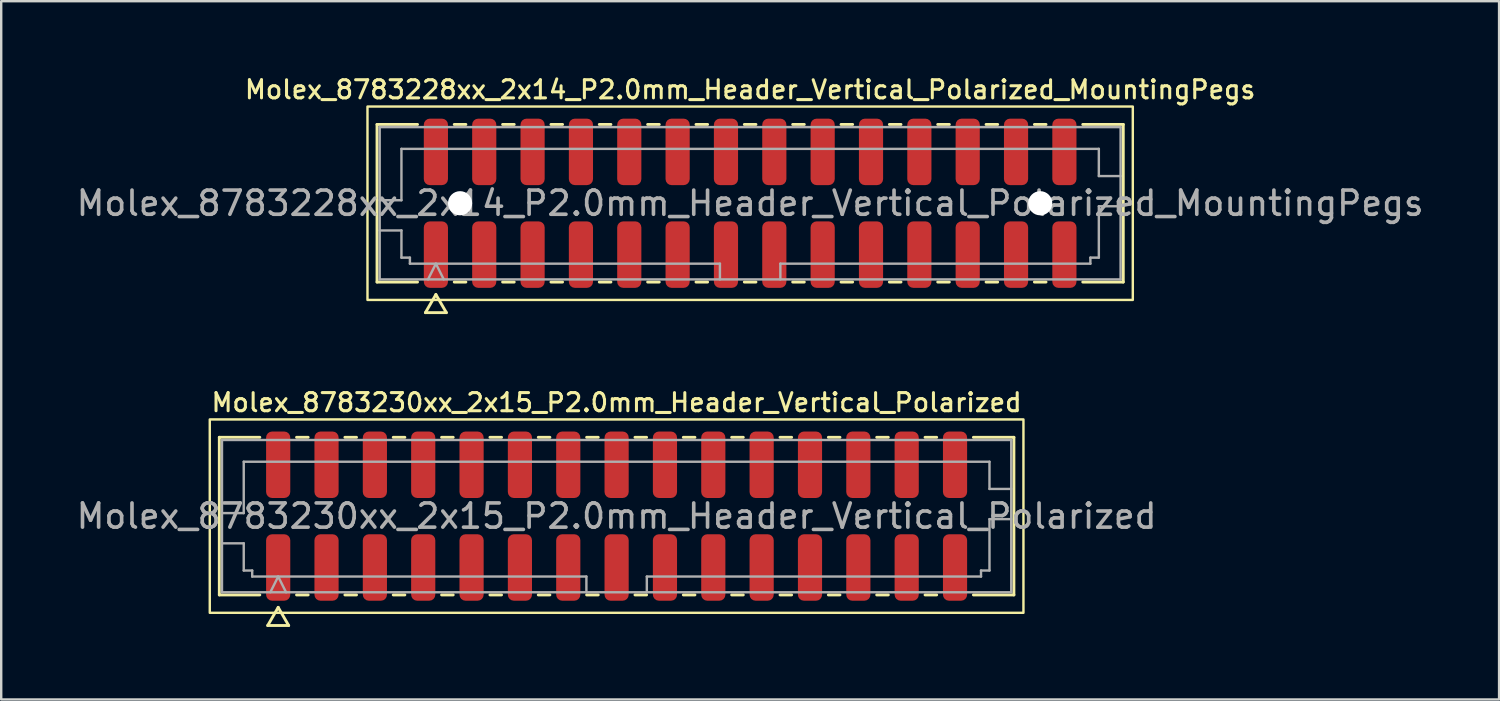
<source format=kicad_pcb>
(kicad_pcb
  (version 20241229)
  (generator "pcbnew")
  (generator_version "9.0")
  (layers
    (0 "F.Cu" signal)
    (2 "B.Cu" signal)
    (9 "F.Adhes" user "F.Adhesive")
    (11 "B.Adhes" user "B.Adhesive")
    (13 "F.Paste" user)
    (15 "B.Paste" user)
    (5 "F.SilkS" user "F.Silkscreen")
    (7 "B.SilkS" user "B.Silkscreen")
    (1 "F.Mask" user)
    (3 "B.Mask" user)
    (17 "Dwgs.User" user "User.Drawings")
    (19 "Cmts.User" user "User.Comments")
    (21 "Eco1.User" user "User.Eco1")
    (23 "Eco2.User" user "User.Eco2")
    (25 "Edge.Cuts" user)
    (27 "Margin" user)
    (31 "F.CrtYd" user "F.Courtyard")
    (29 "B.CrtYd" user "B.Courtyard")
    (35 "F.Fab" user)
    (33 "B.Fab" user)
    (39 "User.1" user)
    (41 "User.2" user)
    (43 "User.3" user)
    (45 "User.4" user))
  (footprint "Molex_8783230xx_2x15_P2.0mm_Header_Vertical_Polarized"
    (layer "F.Cu")
    (at 22.458 18.301)
    (property "Reference" "Molex_8783230xx_2x15_P2.0mm_Header_Vertical_Polarized" (at 0 -4.7 0) (layer "F.SilkS") (effects (font (size 0.75 0.75) (thickness 0.125))))
    (attr smd)
    (fp_line (start -16.435 -3.26) (end -14.76 -3.26) (stroke (width 0.12) (type solid)) (layer "F.SilkS"))
    (fp_line (start -16.435 3.26) (end -16.435 -3.26) (stroke (width 0.12) (type solid)) (layer "F.SilkS"))
    (fp_line (start -14.76 3.26) (end -16.435 3.26) (stroke (width 0.12) (type solid)) (layer "F.SilkS"))
    (fp_line (start -14.433 4.525) (end -14 3.775) (stroke (width 0.12) (type solid)) (layer "F.SilkS"))
    (fp_line (start -14 3.775) (end -13.567 4.525) (stroke (width 0.12) (type solid)) (layer "F.SilkS"))
    (fp_line (start -13.567 4.525) (end -14.433 4.525) (stroke (width 0.12) (type solid)) (layer "F.SilkS"))
    (fp_line (start -13.24 -3.26) (end -12.76 -3.26) (stroke (width 0.12) (type solid)) (layer "F.SilkS"))
    (fp_line (start -12.76 3.26) (end -13.24 3.26) (stroke (width 0.12) (type solid)) (layer "F.SilkS"))
    (fp_line (start -11.24 -3.26) (end -10.76 -3.26) (stroke (width 0.12) (type solid)) (layer "F.SilkS"))
    (fp_line (start -10.76 3.26) (end -11.24 3.26) (stroke (width 0.12) (type solid)) (layer "F.SilkS"))
    (fp_line (start -9.24 -3.26) (end -8.76 -3.26) (stroke (width 0.12) (type solid)) (layer "F.SilkS"))
    (fp_line (start -8.76 3.26) (end -9.24 3.26) (stroke (width 0.12) (type solid)) (layer "F.SilkS"))
    (fp_line (start -7.24 -3.26) (end -6.76 -3.26) (stroke (width 0.12) (type solid)) (layer "F.SilkS"))
    (fp_line (start -6.76 3.26) (end -7.24 3.26) (stroke (width 0.12) (type solid)) (layer "F.SilkS"))
    (fp_line (start -5.24 -3.26) (end -4.76 -3.26) (stroke (width 0.12) (type solid)) (layer "F.SilkS"))
    (fp_line (start -4.76 3.26) (end -5.24 3.26) (stroke (width 0.12) (type solid)) (layer "F.SilkS"))
    (fp_line (start -3.24 -3.26) (end -2.76 -3.26) (stroke (width 0.12) (type solid)) (layer "F.SilkS"))
    (fp_line (start -2.76 3.26) (end -3.24 3.26) (stroke (width 0.12) (type solid)) (layer "F.SilkS"))
    (fp_line (start -1.24 -3.26) (end -0.76 -3.26) (stroke (width 0.12) (type solid)) (layer "F.SilkS"))
    (fp_line (start -0.76 3.26) (end -1.24 3.26) (stroke (width 0.12) (type solid)) (layer "F.SilkS"))
    (fp_line (start 0.76 -3.26) (end 1.24 -3.26) (stroke (width 0.12) (type solid)) (layer "F.SilkS"))
    (fp_line (start 1.24 3.26) (end 0.76 3.26) (stroke (width 0.12) (type solid)) (layer "F.SilkS"))
    (fp_line (start 2.76 -3.26) (end 3.24 -3.26) (stroke (width 0.12) (type solid)) (layer "F.SilkS"))
    (fp_line (start 3.24 3.26) (end 2.76 3.26) (stroke (width 0.12) (type solid)) (layer "F.SilkS"))
    (fp_line (start 4.76 -3.26) (end 5.24 -3.26) (stroke (width 0.12) (type solid)) (layer "F.SilkS"))
    (fp_line (start 5.24 3.26) (end 4.76 3.26) (stroke (width 0.12) (type solid)) (layer "F.SilkS"))
    (fp_line (start 6.76 -3.26) (end 7.24 -3.26) (stroke (width 0.12) (type solid)) (layer "F.SilkS"))
    (fp_line (start 7.24 3.26) (end 6.76 3.26) (stroke (width 0.12) (type solid)) (layer "F.SilkS"))
    (fp_line (start 8.76 -3.26) (end 9.24 -3.26) (stroke (width 0.12) (type solid)) (layer "F.SilkS"))
    (fp_line (start 9.24 3.26) (end 8.76 3.26) (stroke (width 0.12) (type solid)) (layer "F.SilkS"))
    (fp_line (start 10.76 -3.26) (end 11.24 -3.26) (stroke (width 0.12) (type solid)) (layer "F.SilkS"))
    (fp_line (start 11.24 3.26) (end 10.76 3.26) (stroke (width 0.12) (type solid)) (layer "F.SilkS"))
    (fp_line (start 12.76 -3.26) (end 13.24 -3.26) (stroke (width 0.12) (type solid)) (layer "F.SilkS"))
    (fp_line (start 13.24 3.26) (end 12.76 3.26) (stroke (width 0.12) (type solid)) (layer "F.SilkS"))
    (fp_line (start 14.76 -3.26) (end 16.435 -3.26) (stroke (width 0.12) (type solid)) (layer "F.SilkS"))
    (fp_line (start 16.435 -3.26) (end 16.435 3.26) (stroke (width 0.12) (type solid)) (layer "F.SilkS"))
    (fp_line (start 16.435 3.26) (end 14.76 3.26) (stroke (width 0.12) (type solid)) (layer "F.SilkS"))
    (fp_rect (start -16.83 -4) (end 16.83 4) (stroke (width 0.1) (type solid)) (fill no) (layer "F.SilkS"))
    (fp_line (start -16.325 -3.15) (end 16.325 -3.15) (stroke (width 0.1) (type solid)) (layer "F.Fab"))
    (fp_line (start -16.325 -0.125) (end -15.425 -0.125) (stroke (width 0.1) (type solid)) (layer "F.Fab"))
    (fp_line (start -16.325 1.125) (end -15.425 1.125) (stroke (width 0.1) (type solid)) (layer "F.Fab"))
    (fp_line (start -16.325 3.15) (end -16.325 -3.15) (stroke (width 0.1) (type solid)) (layer "F.Fab"))
    (fp_line (start -15.425 -2.25) (end 15.425 -2.25) (stroke (width 0.1) (type solid)) (layer "F.Fab"))
    (fp_line (start -15.425 -0.125) (end -15.425 -2.25) (stroke (width 0.1) (type solid)) (layer "F.Fab"))
    (fp_line (start -15.425 1.125) (end -15.425 2.25) (stroke (width 0.1) (type solid)) (layer "F.Fab"))
    (fp_line (start -15.425 2.25) (end -15.075 2.25) (stroke (width 0.1) (type solid)) (layer "F.Fab"))
    (fp_line (start -15.075 2.25) (end -15.075 2.5) (stroke (width 0.1) (type solid)) (layer "F.Fab"))
    (fp_line (start -15.075 2.5) (end -1.25 2.5) (stroke (width 0.1) (type solid)) (layer "F.Fab"))
    (fp_line (start -14.325 3.15) (end -14 2.5) (stroke (width 0.1) (type solid)) (layer "F.Fab"))
    (fp_line (start -14 2.5) (end -13.675 3.15) (stroke (width 0.1) (type solid)) (layer "F.Fab"))
    (fp_line (start -1.25 2.5) (end -1.25 3.15) (stroke (width 0.1) (type solid)) (layer "F.Fab"))
    (fp_line (start 1.25 2.5) (end 1.25 3.15) (stroke (width 0.1) (type solid)) (layer "F.Fab"))
    (fp_line (start 1.25 2.5) (end 15.075 2.5) (stroke (width 0.1) (type solid)) (layer "F.Fab"))
    (fp_line (start 15.075 2.25) (end 15.425 2.25) (stroke (width 0.1) (type solid)) (layer "F.Fab"))
    (fp_line (start 15.075 2.5) (end 15.075 2.25) (stroke (width 0.1) (type solid)) (layer "F.Fab"))
    (fp_line (start 15.425 -2.25) (end 15.425 -1.125) (stroke (width 0.1) (type solid)) (layer "F.Fab"))
    (fp_line (start 15.425 -1.125) (end 16.325 -1.125) (stroke (width 0.1) (type solid)) (layer "F.Fab"))
    (fp_line (start 15.425 0.125) (end 16.325 0.125) (stroke (width 0.1) (type solid)) (layer "F.Fab"))
    (fp_line (start 15.425 2.25) (end 15.425 0.125) (stroke (width 0.1) (type solid)) (layer "F.Fab"))
    (fp_line (start 16.325 -3.15) (end 16.325 3.15) (stroke (width 0.1) (type solid)) (layer "F.Fab"))
    (fp_line (start 16.325 3.15) (end -16.325 3.15) (stroke (width 0.1) (type solid)) (layer "F.Fab"))
    (fp_text user "${REFERENCE}" (at 0 0 0) (layer "F.Fab") (effects (font (size 1 1) (thickness 0.15))))
    (pad "1" smd roundrect (at -14 2.125) (size 1 2.75) (layers "F.Cu" "F.Mask" "F.Paste") (roundrect_rratio 0.25))
    (pad "2" smd roundrect (at -14 -2.125) (size 1 2.75) (layers "F.Cu" "F.Mask" "F.Paste") (roundrect_rratio 0.25))
    (pad "3" smd roundrect (at -12 2.125) (size 1 2.75) (layers "F.Cu" "F.Mask" "F.Paste") (roundrect_rratio 0.25))
    (pad "4" smd roundrect (at -12 -2.125) (size 1 2.75) (layers "F.Cu" "F.Mask" "F.Paste") (roundrect_rratio 0.25))
    (pad "5" smd roundrect (at -10 2.125) (size 1 2.75) (layers "F.Cu" "F.Mask" "F.Paste") (roundrect_rratio 0.25))
    (pad "6" smd roundrect (at -10 -2.125) (size 1 2.75) (layers "F.Cu" "F.Mask" "F.Paste") (roundrect_rratio 0.25))
    (pad "7" smd roundrect (at -8 2.125) (size 1 2.75) (layers "F.Cu" "F.Mask" "F.Paste") (roundrect_rratio 0.25))
    (pad "8" smd roundrect (at -8 -2.125) (size 1 2.75) (layers "F.Cu" "F.Mask" "F.Paste") (roundrect_rratio 0.25))
    (pad "9" smd roundrect (at -6 2.125) (size 1 2.75) (layers "F.Cu" "F.Mask" "F.Paste") (roundrect_rratio 0.25))
    (pad "10" smd roundrect (at -6 -2.125) (size 1 2.75) (layers "F.Cu" "F.Mask" "F.Paste") (roundrect_rratio 0.25))
    (pad "11" smd roundrect (at -4 2.125) (size 1 2.75) (layers "F.Cu" "F.Mask" "F.Paste") (roundrect_rratio 0.25))
    (pad "12" smd roundrect (at -4 -2.125) (size 1 2.75) (layers "F.Cu" "F.Mask" "F.Paste") (roundrect_rratio 0.25))
    (pad "13" smd roundrect (at -2 2.125) (size 1 2.75) (layers "F.Cu" "F.Mask" "F.Paste") (roundrect_rratio 0.25))
    (pad "14" smd roundrect (at -2 -2.125) (size 1 2.75) (layers "F.Cu" "F.Mask" "F.Paste") (roundrect_rratio 0.25))
    (pad "15" smd roundrect (at 0 2.125) (size 1 2.75) (layers "F.Cu" "F.Mask" "F.Paste") (roundrect_rratio 0.25))
    (pad "16" smd roundrect (at 0 -2.125) (size 1 2.75) (layers "F.Cu" "F.Mask" "F.Paste") (roundrect_rratio 0.25))
    (pad "17" smd roundrect (at 2 2.125) (size 1 2.75) (layers "F.Cu" "F.Mask" "F.Paste") (roundrect_rratio 0.25))
    (pad "18" smd roundrect (at 2 -2.125) (size 1 2.75) (layers "F.Cu" "F.Mask" "F.Paste") (roundrect_rratio 0.25))
    (pad "19" smd roundrect (at 4 2.125) (size 1 2.75) (layers "F.Cu" "F.Mask" "F.Paste") (roundrect_rratio 0.25))
    (pad "20" smd roundrect (at 4 -2.125) (size 1 2.75) (layers "F.Cu" "F.Mask" "F.Paste") (roundrect_rratio 0.25))
    (pad "21" smd roundrect (at 6 2.125) (size 1 2.75) (layers "F.Cu" "F.Mask" "F.Paste") (roundrect_rratio 0.25))
    (pad "22" smd roundrect (at 6 -2.125) (size 1 2.75) (layers "F.Cu" "F.Mask" "F.Paste") (roundrect_rratio 0.25))
    (pad "23" smd roundrect (at 8 2.125) (size 1 2.75) (layers "F.Cu" "F.Mask" "F.Paste") (roundrect_rratio 0.25))
    (pad "24" smd roundrect (at 8 -2.125) (size 1 2.75) (layers "F.Cu" "F.Mask" "F.Paste") (roundrect_rratio 0.25))
    (pad "25" smd roundrect (at 10 2.125) (size 1 2.75) (layers "F.Cu" "F.Mask" "F.Paste") (roundrect_rratio 0.25))
    (pad "26" smd roundrect (at 10 -2.125) (size 1 2.75) (layers "F.Cu" "F.Mask" "F.Paste") (roundrect_rratio 0.25))
    (pad "27" smd roundrect (at 12 2.125) (size 1 2.75) (layers "F.Cu" "F.Mask" "F.Paste") (roundrect_rratio 0.25))
    (pad "28" smd roundrect (at 12 -2.125) (size 1 2.75) (layers "F.Cu" "F.Mask" "F.Paste") (roundrect_rratio 0.25))
    (pad "29" smd roundrect (at 14 2.125) (size 1 2.75) (layers "F.Cu" "F.Mask" "F.Paste") (roundrect_rratio 0.25))
    (pad "30" smd roundrect (at 14 -2.125) (size 1 2.75) (layers "F.Cu" "F.Mask" "F.Paste") (roundrect_rratio 0.25)))
  (footprint "Molex_8783228xx_2x14_P2.0mm_Header_Vertical_Polarized_MountingPegs"
    (layer "F.Cu")
    (at 27.982 5.358)
    (property "Reference" "Molex_8783228xx_2x14_P2.0mm_Header_Vertical_Polarized_MountingPegs" (at 0 -4.7 0) (layer "F.SilkS") (effects (font (size 0.75 0.75) (thickness 0.125))))
    (attr smd)
    (fp_line (start -15.435 -3.26) (end -13.76 -3.26) (stroke (width 0.12) (type solid)) (layer "F.SilkS"))
    (fp_line (start -15.435 3.26) (end -15.435 -3.26) (stroke (width 0.12) (type solid)) (layer "F.SilkS"))
    (fp_line (start -13.76 3.26) (end -15.435 3.26) (stroke (width 0.12) (type solid)) (layer "F.SilkS"))
    (fp_line (start -13.433 4.525) (end -13 3.775) (stroke (width 0.12) (type solid)) (layer "F.SilkS"))
    (fp_line (start -13 3.775) (end -12.567 4.525) (stroke (width 0.12) (type solid)) (layer "F.SilkS"))
    (fp_line (start -12.567 4.525) (end -13.433 4.525) (stroke (width 0.12) (type solid)) (layer "F.SilkS"))
    (fp_line (start -12.24 -3.26) (end -11.76 -3.26) (stroke (width 0.12) (type solid)) (layer "F.SilkS"))
    (fp_line (start -11.76 3.26) (end -12.24 3.26) (stroke (width 0.12) (type solid)) (layer "F.SilkS"))
    (fp_line (start -10.24 -3.26) (end -9.76 -3.26) (stroke (width 0.12) (type solid)) (layer "F.SilkS"))
    (fp_line (start -9.76 3.26) (end -10.24 3.26) (stroke (width 0.12) (type solid)) (layer "F.SilkS"))
    (fp_line (start -8.24 -3.26) (end -7.76 -3.26) (stroke (width 0.12) (type solid)) (layer "F.SilkS"))
    (fp_line (start -7.76 3.26) (end -8.24 3.26) (stroke (width 0.12) (type solid)) (layer "F.SilkS"))
    (fp_line (start -6.24 -3.26) (end -5.76 -3.26) (stroke (width 0.12) (type solid)) (layer "F.SilkS"))
    (fp_line (start -5.76 3.26) (end -6.24 3.26) (stroke (width 0.12) (type solid)) (layer "F.SilkS"))
    (fp_line (start -4.24 -3.26) (end -3.76 -3.26) (stroke (width 0.12) (type solid)) (layer "F.SilkS"))
    (fp_line (start -3.76 3.26) (end -4.24 3.26) (stroke (width 0.12) (type solid)) (layer "F.SilkS"))
    (fp_line (start -2.24 -3.26) (end -1.76 -3.26) (stroke (width 0.12) (type solid)) (layer "F.SilkS"))
    (fp_line (start -1.76 3.26) (end -2.24 3.26) (stroke (width 0.12) (type solid)) (layer "F.SilkS"))
    (fp_line (start -0.24 -3.26) (end 0.24 -3.26) (stroke (width 0.12) (type solid)) (layer "F.SilkS"))
    (fp_line (start 0.24 3.26) (end -0.24 3.26) (stroke (width 0.12) (type solid)) (layer "F.SilkS"))
    (fp_line (start 1.76 -3.26) (end 2.24 -3.26) (stroke (width 0.12) (type solid)) (layer "F.SilkS"))
    (fp_line (start 2.24 3.26) (end 1.76 3.26) (stroke (width 0.12) (type solid)) (layer "F.SilkS"))
    (fp_line (start 3.76 -3.26) (end 4.24 -3.26) (stroke (width 0.12) (type solid)) (layer "F.SilkS"))
    (fp_line (start 4.24 3.26) (end 3.76 3.26) (stroke (width 0.12) (type solid)) (layer "F.SilkS"))
    (fp_line (start 5.76 -3.26) (end 6.24 -3.26) (stroke (width 0.12) (type solid)) (layer "F.SilkS"))
    (fp_line (start 6.24 3.26) (end 5.76 3.26) (stroke (width 0.12) (type solid)) (layer "F.SilkS"))
    (fp_line (start 7.76 -3.26) (end 8.24 -3.26) (stroke (width 0.12) (type solid)) (layer "F.SilkS"))
    (fp_line (start 8.24 3.26) (end 7.76 3.26) (stroke (width 0.12) (type solid)) (layer "F.SilkS"))
    (fp_line (start 9.76 -3.26) (end 10.24 -3.26) (stroke (width 0.12) (type solid)) (layer "F.SilkS"))
    (fp_line (start 10.24 3.26) (end 9.76 3.26) (stroke (width 0.12) (type solid)) (layer "F.SilkS"))
    (fp_line (start 11.76 -3.26) (end 12.24 -3.26) (stroke (width 0.12) (type solid)) (layer "F.SilkS"))
    (fp_line (start 12.24 3.26) (end 11.76 3.26) (stroke (width 0.12) (type solid)) (layer "F.SilkS"))
    (fp_line (start 13.76 -3.26) (end 15.435 -3.26) (stroke (width 0.12) (type solid)) (layer "F.SilkS"))
    (fp_line (start 15.435 -3.26) (end 15.435 3.26) (stroke (width 0.12) (type solid)) (layer "F.SilkS"))
    (fp_line (start 15.435 3.26) (end 13.76 3.26) (stroke (width 0.12) (type solid)) (layer "F.SilkS"))
    (fp_rect (start -15.83 -4) (end 15.83 4) (stroke (width 0.1) (type solid)) (fill no) (layer "F.SilkS"))
    (fp_line (start -15.325 -3.15) (end 15.325 -3.15) (stroke (width 0.1) (type solid)) (layer "F.Fab"))
    (fp_line (start -15.325 -0.125) (end -14.425 -0.125) (stroke (width 0.1) (type solid)) (layer "F.Fab"))
    (fp_line (start -15.325 1.125) (end -14.425 1.125) (stroke (width 0.1) (type solid)) (layer "F.Fab"))
    (fp_line (start -15.325 3.15) (end -15.325 -3.15) (stroke (width 0.1) (type solid)) (layer "F.Fab"))
    (fp_line (start -14.425 -2.25) (end 14.425 -2.25) (stroke (width 0.1) (type solid)) (layer "F.Fab"))
    (fp_line (start -14.425 -0.125) (end -14.425 -2.25) (stroke (width 0.1) (type solid)) (layer "F.Fab"))
    (fp_line (start -14.425 1.125) (end -14.425 2.25) (stroke (width 0.1) (type solid)) (layer "F.Fab"))
    (fp_line (start -14.425 2.25) (end -14.075 2.25) (stroke (width 0.1) (type solid)) (layer "F.Fab"))
    (fp_line (start -14.075 2.25) (end -14.075 2.5) (stroke (width 0.1) (type solid)) (layer "F.Fab"))
    (fp_line (start -14.075 2.5) (end -1.25 2.5) (stroke (width 0.1) (type solid)) (layer "F.Fab"))
    (fp_line (start -13.325 3.15) (end -13 2.5) (stroke (width 0.1) (type solid)) (layer "F.Fab"))
    (fp_line (start -13 2.5) (end -12.675 3.15) (stroke (width 0.1) (type solid)) (layer "F.Fab"))
    (fp_line (start -1.25 2.5) (end -1.25 3.15) (stroke (width 0.1) (type solid)) (layer "F.Fab"))
    (fp_line (start 1.25 2.5) (end 1.25 3.15) (stroke (width 0.1) (type solid)) (layer "F.Fab"))
    (fp_line (start 1.25 2.5) (end 14.075 2.5) (stroke (width 0.1) (type solid)) (layer "F.Fab"))
    (fp_line (start 14.075 2.25) (end 14.425 2.25) (stroke (width 0.1) (type solid)) (layer "F.Fab"))
    (fp_line (start 14.075 2.5) (end 14.075 2.25) (stroke (width 0.1) (type solid)) (layer "F.Fab"))
    (fp_line (start 14.425 -2.25) (end 14.425 -1.125) (stroke (width 0.1) (type solid)) (layer "F.Fab"))
    (fp_line (start 14.425 -1.125) (end 15.325 -1.125) (stroke (width 0.1) (type solid)) (layer "F.Fab"))
    (fp_line (start 14.425 0.125) (end 15.325 0.125) (stroke (width 0.1) (type solid)) (layer "F.Fab"))
    (fp_line (start 14.425 2.25) (end 14.425 0.125) (stroke (width 0.1) (type solid)) (layer "F.Fab"))
    (fp_line (start 15.325 -3.15) (end 15.325 3.15) (stroke (width 0.1) (type solid)) (layer "F.Fab"))
    (fp_line (start 15.325 3.15) (end -15.325 3.15) (stroke (width 0.1) (type solid)) (layer "F.Fab"))
    (fp_text user "${REFERENCE}" (at 0 0 0) (layer "F.Fab") (effects (font (size 1 1) (thickness 0.15))))
    (pad "" np_thru_hole circle (at -12 0) (size 1 1) (drill 1) (layers "*.Cu" "*.Mask"))
    (pad "" np_thru_hole circle (at 12 0) (size 1 1) (drill 1) (layers "*.Cu" "*.Mask"))
    (pad "1" smd roundrect (at -13 2.125) (size 1 2.75) (layers "F.Cu" "F.Mask" "F.Paste") (roundrect_rratio 0.25))
    (pad "2" smd roundrect (at -13 -2.125) (size 1 2.75) (layers "F.Cu" "F.Mask" "F.Paste") (roundrect_rratio 0.25))
    (pad "3" smd roundrect (at -11 2.125) (size 1 2.75) (layers "F.Cu" "F.Mask" "F.Paste") (roundrect_rratio 0.25))
    (pad "4" smd roundrect (at -11 -2.125) (size 1 2.75) (layers "F.Cu" "F.Mask" "F.Paste") (roundrect_rratio 0.25))
    (pad "5" smd roundrect (at -9 2.125) (size 1 2.75) (layers "F.Cu" "F.Mask" "F.Paste") (roundrect_rratio 0.25))
    (pad "6" smd roundrect (at -9 -2.125) (size 1 2.75) (layers "F.Cu" "F.Mask" "F.Paste") (roundrect_rratio 0.25))
    (pad "7" smd roundrect (at -7 2.125) (size 1 2.75) (layers "F.Cu" "F.Mask" "F.Paste") (roundrect_rratio 0.25))
    (pad "8" smd roundrect (at -7 -2.125) (size 1 2.75) (layers "F.Cu" "F.Mask" "F.Paste") (roundrect_rratio 0.25))
    (pad "9" smd roundrect (at -5 2.125) (size 1 2.75) (layers "F.Cu" "F.Mask" "F.Paste") (roundrect_rratio 0.25))
    (pad "10" smd roundrect (at -5 -2.125) (size 1 2.75) (layers "F.Cu" "F.Mask" "F.Paste") (roundrect_rratio 0.25))
    (pad "11" smd roundrect (at -3 2.125) (size 1 2.75) (layers "F.Cu" "F.Mask" "F.Paste") (roundrect_rratio 0.25))
    (pad "12" smd roundrect (at -3 -2.125) (size 1 2.75) (layers "F.Cu" "F.Mask" "F.Paste") (roundrect_rratio 0.25))
    (pad "13" smd roundrect (at -1 2.125) (size 1 2.75) (layers "F.Cu" "F.Mask" "F.Paste") (roundrect_rratio 0.25))
    (pad "14" smd roundrect (at -1 -2.125) (size 1 2.75) (layers "F.Cu" "F.Mask" "F.Paste") (roundrect_rratio 0.25))
    (pad "15" smd roundrect (at 1 2.125) (size 1 2.75) (layers "F.Cu" "F.Mask" "F.Paste") (roundrect_rratio 0.25))
    (pad "16" smd roundrect (at 1 -2.125) (size 1 2.75) (layers "F.Cu" "F.Mask" "F.Paste") (roundrect_rratio 0.25))
    (pad "17" smd roundrect (at 3 2.125) (size 1 2.75) (layers "F.Cu" "F.Mask" "F.Paste") (roundrect_rratio 0.25))
    (pad "18" smd roundrect (at 3 -2.125) (size 1 2.75) (layers "F.Cu" "F.Mask" "F.Paste") (roundrect_rratio 0.25))
    (pad "19" smd roundrect (at 5 2.125) (size 1 2.75) (layers "F.Cu" "F.Mask" "F.Paste") (roundrect_rratio 0.25))
    (pad "20" smd roundrect (at 5 -2.125) (size 1 2.75) (layers "F.Cu" "F.Mask" "F.Paste") (roundrect_rratio 0.25))
    (pad "21" smd roundrect (at 7 2.125) (size 1 2.75) (layers "F.Cu" "F.Mask" "F.Paste") (roundrect_rratio 0.25))
    (pad "22" smd roundrect (at 7 -2.125) (size 1 2.75) (layers "F.Cu" "F.Mask" "F.Paste") (roundrect_rratio 0.25))
    (pad "23" smd roundrect (at 9 2.125) (size 1 2.75) (layers "F.Cu" "F.Mask" "F.Paste") (roundrect_rratio 0.25))
    (pad "24" smd roundrect (at 9 -2.125) (size 1 2.75) (layers "F.Cu" "F.Mask" "F.Paste") (roundrect_rratio 0.25))
    (pad "25" smd roundrect (at 11 2.125) (size 1 2.75) (layers "F.Cu" "F.Mask" "F.Paste") (roundrect_rratio 0.25))
    (pad "26" smd roundrect (at 11 -2.125) (size 1 2.75) (layers "F.Cu" "F.Mask" "F.Paste") (roundrect_rratio 0.25))
    (pad "27" smd roundrect (at 13 2.125) (size 1 2.75) (layers "F.Cu" "F.Mask" "F.Paste") (roundrect_rratio 0.25))
    (pad "28" smd roundrect (at 13 -2.125) (size 1 2.75) (layers "F.Cu" "F.Mask" "F.Paste") (roundrect_rratio 0.25)))
  (gr_rect
    (start -3 -3)
    (end 58.964 25.886)
    (stroke (width 0.1) (type default))
    (fill no)
    (layer "Edge.Cuts")))
</source>
